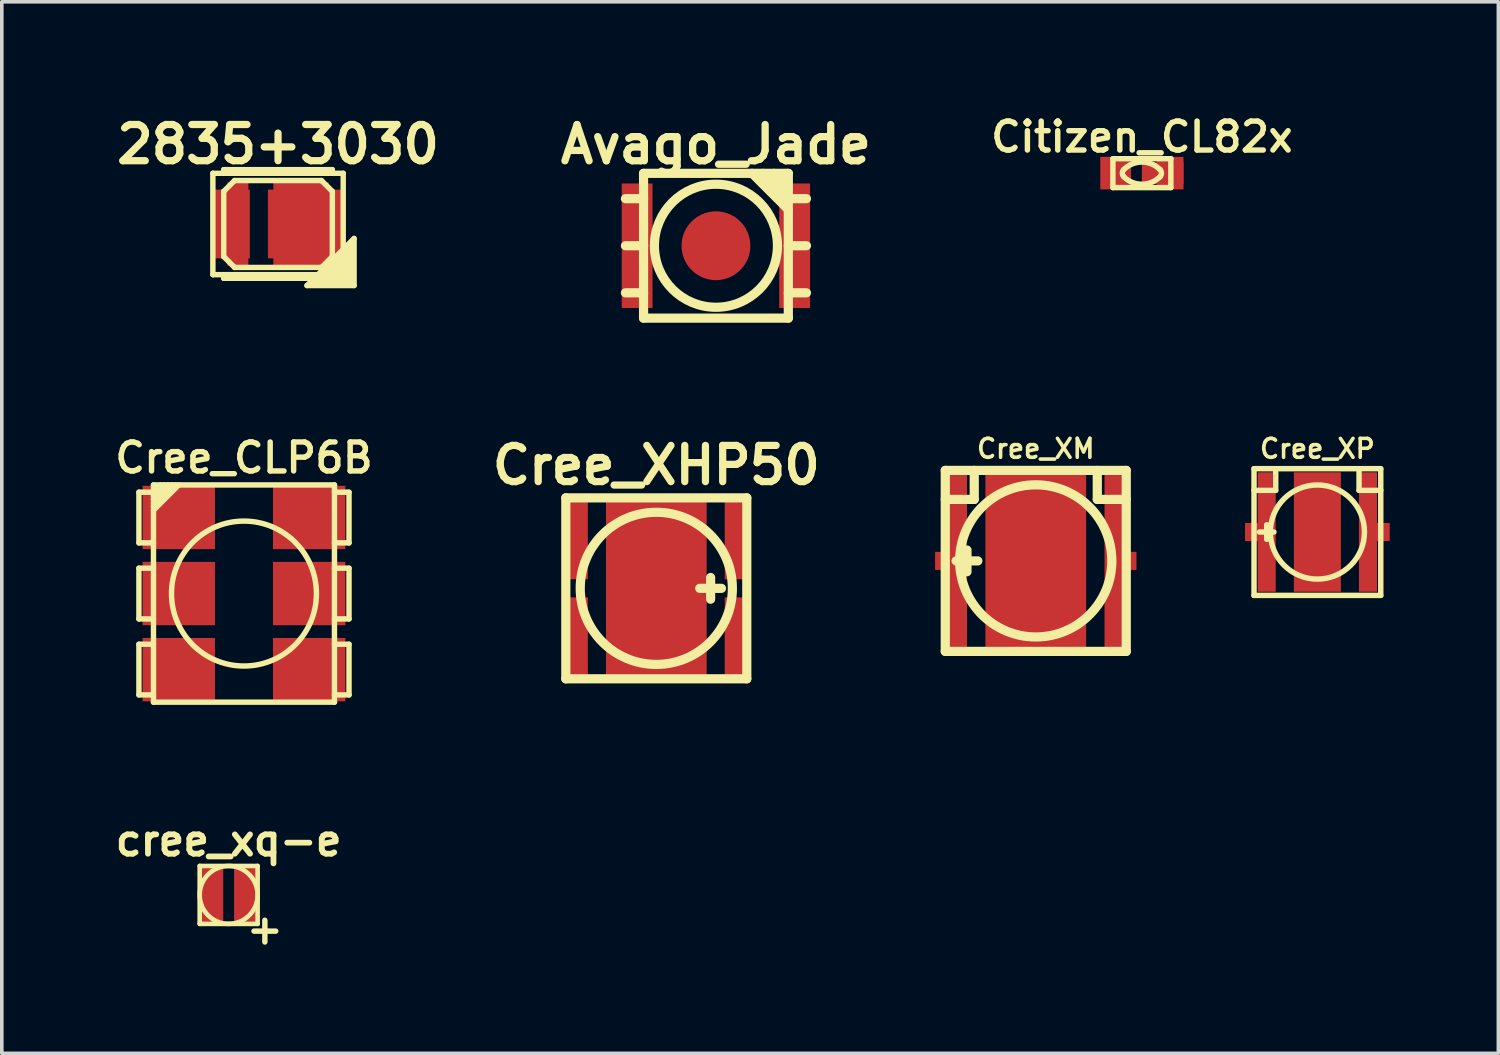
<source format=kicad_pcb>
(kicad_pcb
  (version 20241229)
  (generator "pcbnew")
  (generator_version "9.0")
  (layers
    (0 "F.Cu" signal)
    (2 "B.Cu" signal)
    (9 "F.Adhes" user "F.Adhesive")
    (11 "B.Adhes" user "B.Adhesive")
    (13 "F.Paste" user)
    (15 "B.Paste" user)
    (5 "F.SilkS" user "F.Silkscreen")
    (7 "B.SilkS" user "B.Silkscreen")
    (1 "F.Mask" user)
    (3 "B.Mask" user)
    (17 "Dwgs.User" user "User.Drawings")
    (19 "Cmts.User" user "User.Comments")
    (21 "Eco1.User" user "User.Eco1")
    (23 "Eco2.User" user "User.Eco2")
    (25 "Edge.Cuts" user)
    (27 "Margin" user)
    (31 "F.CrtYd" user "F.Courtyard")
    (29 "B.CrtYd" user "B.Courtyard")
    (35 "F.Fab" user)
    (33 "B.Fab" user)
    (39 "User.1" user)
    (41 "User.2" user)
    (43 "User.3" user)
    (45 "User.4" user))
  (footprint "cree_xq-e"
    (layer "F.Cu")
    (at 3.265 21.666)
    (property "Reference" "cree_xq-e" (at 0 -1.5 0) (layer "F.SilkS") (effects (font (size 0.8 0.8) (thickness 0.16))))
    (attr through_hole)
    (fp_line (start -0.8 -0.8) (end -0.8 0.8) (stroke (width 0.127) (type solid)) (layer "F.SilkS"))
    (fp_line (start -0.8 0.8) (end 0.8 0.8) (stroke (width 0.127) (type solid)) (layer "F.SilkS"))
    (fp_line (start 0.7 1) (end 1.3 1) (stroke (width 0.15) (type solid)) (layer "F.SilkS"))
    (fp_line (start 0.8 -0.8) (end -0.8 -0.8) (stroke (width 0.127) (type solid)) (layer "F.SilkS"))
    (fp_line (start 0.8 0.8) (end 0.8 -0.8) (stroke (width 0.127) (type solid)) (layer "F.SilkS"))
    (fp_line (start 1 0.7) (end 1 1.3) (stroke (width 0.15) (type solid)) (layer "F.SilkS"))
    (fp_circle (center 0 0) (end 0.8 0) (stroke (width 0.127) (type solid)) (fill no) (layer "F.SilkS"))
    (pad "1" smd rect (at 0.475 0) (size 0.65 1.6) (layers "F.Cu" "F.Mask"))
    (pad "2" smd rect (at -0.475 0) (size 0.65 1.6) (layers "F.Cu" "F.Mask")))
  (footprint "Cree_CLP6B"
    (layer "F.Cu")
    (at 3.688 13.343)
    (property "Reference" "Cree_CLP6B" (at 0 -3.749 0) (layer "F.SilkS") (effects (font (size 0.8 0.8) (thickness 0.15))))
    (attr through_hole)
    (fp_line (start -2.901 -2.799) (end -2.901 -1.4) (stroke (width 0.15) (type solid)) (layer "F.SilkS"))
    (fp_line (start -2.901 -1.4) (end -2.499 -1.4) (stroke (width 0.15) (type solid)) (layer "F.SilkS"))
    (fp_line (start -2.901 -0.701) (end -2.901 0.701) (stroke (width 0.15) (type solid)) (layer "F.SilkS"))
    (fp_line (start -2.901 0.701) (end -2.499 0.701) (stroke (width 0.15) (type solid)) (layer "F.SilkS"))
    (fp_line (start -2.901 1.4) (end -2.901 2.799) (stroke (width 0.15) (type solid)) (layer "F.SilkS"))
    (fp_line (start -2.901 2.799) (end -2.499 2.799) (stroke (width 0.15) (type solid)) (layer "F.SilkS"))
    (fp_line (start -2.499 -3) (end -2.499 3) (stroke (width 0.15) (type solid)) (layer "F.SilkS"))
    (fp_line (start -2.499 -2.799) (end -2.901 -2.799) (stroke (width 0.15) (type solid)) (layer "F.SilkS"))
    (fp_line (start -2.499 -2.799) (end -2.301 -3) (stroke (width 0.15) (type solid)) (layer "F.SilkS"))
    (fp_line (start -2.499 -2.7) (end -2.2 -3) (stroke (width 0.15) (type solid)) (layer "F.SilkS"))
    (fp_line (start -2.499 -2.601) (end -2.101 -3) (stroke (width 0.15) (type solid)) (layer "F.SilkS"))
    (fp_line (start -2.499 -2.499) (end -1.999 -3) (stroke (width 0.15) (type solid)) (layer "F.SilkS"))
    (fp_line (start -2.499 -2.4) (end -1.9 -3) (stroke (width 0.15) (type solid)) (layer "F.SilkS"))
    (fp_line (start -2.499 -2.301) (end -1.801 -3) (stroke (width 0.15) (type solid)) (layer "F.SilkS"))
    (fp_line (start -2.499 -0.701) (end -2.901 -0.701) (stroke (width 0.15) (type solid)) (layer "F.SilkS"))
    (fp_line (start -2.499 1.4) (end -2.901 1.4) (stroke (width 0.15) (type solid)) (layer "F.SilkS"))
    (fp_line (start -2.499 3) (end 2.499 3) (stroke (width 0.15) (type solid)) (layer "F.SilkS"))
    (fp_line (start 2.499 -3) (end -2.499 -3) (stroke (width 0.15) (type solid)) (layer "F.SilkS"))
    (fp_line (start 2.499 -1.4) (end 2.901 -1.4) (stroke (width 0.15) (type solid)) (layer "F.SilkS"))
    (fp_line (start 2.499 0.701) (end 2.901 0.701) (stroke (width 0.15) (type solid)) (layer "F.SilkS"))
    (fp_line (start 2.499 2.799) (end 2.901 2.799) (stroke (width 0.15) (type solid)) (layer "F.SilkS"))
    (fp_line (start 2.499 3) (end 2.499 -3) (stroke (width 0.15) (type solid)) (layer "F.SilkS"))
    (fp_line (start 2.901 -2.799) (end 2.499 -2.799) (stroke (width 0.15) (type solid)) (layer "F.SilkS"))
    (fp_line (start 2.901 -1.4) (end 2.901 -2.799) (stroke (width 0.15) (type solid)) (layer "F.SilkS"))
    (fp_line (start 2.901 -0.701) (end 2.499 -0.701) (stroke (width 0.15) (type solid)) (layer "F.SilkS"))
    (fp_line (start 2.901 0.701) (end 2.901 -0.701) (stroke (width 0.15) (type solid)) (layer "F.SilkS"))
    (fp_line (start 2.901 1.4) (end 2.499 1.4) (stroke (width 0.15) (type solid)) (layer "F.SilkS"))
    (fp_line (start 2.901 2.799) (end 2.901 1.4) (stroke (width 0.15) (type solid)) (layer "F.SilkS"))
    (fp_circle (center 0 0) (end -1.999 0.099) (stroke (width 0.15) (type solid)) (fill no) (layer "F.SilkS"))
    (pad "1" smd rect (at -1.801 -2.101) (size 1.999 1.75) (layers "F.Cu" "F.Mask" "F.Paste"))
    (pad "2" smd rect (at -1.801 0) (size 1.999 1.75) (layers "F.Cu" "F.Mask" "F.Paste"))
    (pad "3" smd rect (at -1.801 2.101) (size 1.999 1.75) (layers "F.Cu" "F.Mask" "F.Paste"))
    (pad "4" smd rect (at 1.801 2.101) (size 1.999 1.75) (layers "F.Cu" "F.Mask" "F.Paste"))
    (pad "5" smd rect (at 1.801 0) (size 1.999 1.75) (layers "F.Cu" "F.Mask" "F.Paste"))
    (pad "6" smd rect (at 1.801 -2.101) (size 1.999 1.75) (layers "F.Cu" "F.Mask" "F.Paste")))
  (footprint "Cree_XP"
    (layer "F.Cu")
    (at 33.334 11.644)
    (property "Reference" "Cree_XP" (at 0 -2.301 0) (layer "F.SilkS") (effects (font (size 0.523 0.523) (thickness 0.099))))
    (attr through_hole)
    (fp_line (start -1.75 -1.75) (end -1.75 1.75) (stroke (width 0.15) (type solid)) (layer "F.SilkS"))
    (fp_line (start -1.75 -1.151) (end -1.151 -1.151) (stroke (width 0.15) (type solid)) (layer "F.SilkS"))
    (fp_line (start -1.75 1.75) (end 1.75 1.75) (stroke (width 0.15) (type solid)) (layer "F.SilkS"))
    (fp_line (start -1.4 0.201) (end -1.4 -0.201) (stroke (width 0.15) (type solid)) (layer "F.SilkS"))
    (fp_line (start -1.199 0) (end -1.6 0) (stroke (width 0.15) (type solid)) (layer "F.SilkS"))
    (fp_line (start -1.151 -1.75) (end -1.151 -1.151) (stroke (width 0.15) (type solid)) (layer "F.SilkS"))
    (fp_line (start 1.151 -1.75) (end 1.151 -1.151) (stroke (width 0.15) (type solid)) (layer "F.SilkS"))
    (fp_line (start 1.75 -1.75) (end -1.75 -1.75) (stroke (width 0.15) (type solid)) (layer "F.SilkS"))
    (fp_line (start 1.75 -1.151) (end 1.151 -1.151) (stroke (width 0.15) (type solid)) (layer "F.SilkS"))
    (fp_line (start 1.75 1.75) (end 1.75 -1.75) (stroke (width 0.15) (type solid)) (layer "F.SilkS"))
    (fp_circle (center 0 0) (end 0 -1.3) (stroke (width 0.15) (type solid)) (fill no) (layer "F.SilkS"))
    (pad "1" smd rect (at -1.798 0) (size 0.399 0.5) (layers "F.Cu" "F.Mask"))
    (pad "1" smd rect (at -1.4 0) (size 0.498 3.299) (layers "F.Cu" "F.Mask" "F.Paste"))
    (pad "2" smd rect (at 1.397 0) (size 0.498 3.299) (layers "F.Cu" "F.Mask" "F.Paste"))
    (pad "2" smd rect (at 1.798 0) (size 0.399 0.5) (layers "F.Cu" "F.Mask"))
    (pad "3" smd rect (at 0 0) (size 1.298 3.299) (layers "F.Cu" "F.Mask" "F.Paste")))
  (footprint "Avago_Jade"
    (layer "F.Cu")
    (at 16.723 3.737)
    (property "Reference" "Avago_Jade" (at 0 -2.799 0) (layer "F.SilkS") (effects (font (size 1.001 1.001) (thickness 0.201))))
    (attr through_hole)
    (fp_line (start -1.999 -1.999) (end 1.999 -1.999) (stroke (width 0.254) (type solid)) (layer "F.SilkS"))
    (fp_line (start -1.999 -1.3) (end -2.499 -1.3) (stroke (width 0.254) (type solid)) (layer "F.SilkS"))
    (fp_line (start -1.999 0) (end -2.499 0) (stroke (width 0.254) (type solid)) (layer "F.SilkS"))
    (fp_line (start -1.999 1.3) (end -2.499 1.3) (stroke (width 0.254) (type solid)) (layer "F.SilkS"))
    (fp_line (start -1.999 1.999) (end -1.999 -1.999) (stroke (width 0.254) (type solid)) (layer "F.SilkS"))
    (fp_line (start 1.3 -1.999) (end 1.999 -1.3) (stroke (width 0.254) (type solid)) (layer "F.SilkS"))
    (fp_line (start 1.6 -1.999) (end 1.999 -1.6) (stroke (width 0.254) (type solid)) (layer "F.SilkS"))
    (fp_line (start 1.999 -1.999) (end 1.999 1.999) (stroke (width 0.254) (type solid)) (layer "F.SilkS"))
    (fp_line (start 1.999 -1.001) (end 1.001 -1.999) (stroke (width 0.254) (type solid)) (layer "F.SilkS"))
    (fp_line (start 1.999 1.999) (end -1.999 1.999) (stroke (width 0.254) (type solid)) (layer "F.SilkS"))
    (fp_line (start 2.499 -1.3) (end 1.999 -1.3) (stroke (width 0.254) (type solid)) (layer "F.SilkS"))
    (fp_line (start 2.499 0) (end 1.999 0) (stroke (width 0.254) (type solid)) (layer "F.SilkS"))
    (fp_line (start 2.499 1.3) (end 1.999 1.3) (stroke (width 0.254) (type solid)) (layer "F.SilkS"))
    (fp_circle (center 0 0) (end -1.699 0) (stroke (width 0.254) (type solid)) (fill no) (layer "F.SilkS"))
    (pad "1" smd rect (at -2.177 0) (size 0.851 3.439) (layers "F.Cu" "F.Mask" "F.Paste"))
    (pad "2" smd rect (at 2.174 0) (size 0.851 3.439) (layers "F.Cu" "F.Mask" "F.Paste"))
    (pad "3" smd circle (at 0 0) (size 1.9 1.9) (layers "F.Cu" "F.Mask" "F.Paste")))
  (footprint "Cree_XHP50"
    (layer "F.Cu")
    (at 15.076 13.199)
    (property "Reference" "Cree_XHP50" (at 0 -3.4 0) (layer "F.SilkS") (effects (font (size 1 1) (thickness 0.2))))
    (attr through_hole)
    (fp_line (start -2.499 -2.499) (end -2.499 2.499) (stroke (width 0.254) (type solid)) (layer "F.SilkS"))
    (fp_line (start -2.499 2.499) (end 2.499 2.499) (stroke (width 0.254) (type solid)) (layer "F.SilkS"))
    (fp_line (start 1.2 0) (end 1.8 0) (stroke (width 0.254) (type solid)) (layer "F.SilkS"))
    (fp_line (start 1.5 -0.3) (end 1.5 0.3) (stroke (width 0.254) (type solid)) (layer "F.SilkS"))
    (fp_line (start 2.499 -2.499) (end -2.499 -2.499) (stroke (width 0.254) (type solid)) (layer "F.SilkS"))
    (fp_line (start 2.499 2.499) (end 2.499 -2.499) (stroke (width 0.254) (type solid)) (layer "F.SilkS"))
    (fp_circle (center 0 0) (end -2.101 0) (stroke (width 0.254) (type solid)) (fill no) (layer "F.SilkS"))
    (pad "" smd rect (at -0.61 -1.575) (size 0.97 0.8) (layers "F.Paste"))
    (pad "" smd rect (at -0.61 -0.525) (size 0.97 0.8) (layers "F.Paste"))
    (pad "" smd rect (at -0.61 0.525) (size 0.97 0.8) (layers "F.Paste"))
    (pad "" smd rect (at -0.61 1.575) (size 0.97 0.8) (layers "F.Paste"))
    (pad "" smd rect (at 0.61 -1.575) (size 0.97 0.8) (layers "F.Paste"))
    (pad "" smd rect (at 0.61 -0.525) (size 0.97 0.8) (layers "F.Paste"))
    (pad "" smd rect (at 0.61 0.525) (size 0.97 0.8) (layers "F.Paste"))
    (pad "" smd rect (at 0.61 1.575) (size 0.97 0.8) (layers "F.Paste"))
    (pad "1" smd rect (at 2.14 -1.32) (size 0.5 2.14) (layers "F.Cu" "F.Mask" "F.Paste"))
    (pad "2" smd rect (at -2.14 -1.32) (size 0.5 2.14) (layers "F.Cu" "F.Mask" "F.Paste"))
    (pad "3" smd rect (at 2.14 1.32) (size 0.5 2.14) (layers "F.Cu" "F.Mask" "F.Paste"))
    (pad "4" smd rect (at -2.14 1.32) (size 0.5 2.14) (layers "F.Cu" "F.Mask" "F.Paste"))
    (pad "5" smd rect (at 0 0) (size 2.78 4.78) (layers "F.Cu" "F.Mask")))
  (footprint "Cree_XM"
    (layer "F.Cu")
    (at 25.556 12.441)
    (property "Reference" "Cree_XM" (at 0 -3.099 0) (layer "F.SilkS") (effects (font (size 0.523 0.523) (thickness 0.099))))
    (attr through_hole)
    (fp_line (start -2.499 -2.499) (end -2.499 2.499) (stroke (width 0.254) (type solid)) (layer "F.SilkS"))
    (fp_line (start -2.499 -1.699) (end -1.699 -1.699) (stroke (width 0.254) (type solid)) (layer "F.SilkS"))
    (fp_line (start -2.499 2.499) (end 2.499 2.499) (stroke (width 0.254) (type solid)) (layer "F.SilkS"))
    (fp_line (start -2.2 0) (end -1.6 0) (stroke (width 0.254) (type solid)) (layer "F.SilkS"))
    (fp_line (start -1.9 -0.3) (end -1.9 0.3) (stroke (width 0.254) (type solid)) (layer "F.SilkS"))
    (fp_line (start -1.699 -1.699) (end -1.699 -2.499) (stroke (width 0.254) (type solid)) (layer "F.SilkS"))
    (fp_line (start 1.699 -1.699) (end 1.699 -2.499) (stroke (width 0.254) (type solid)) (layer "F.SilkS"))
    (fp_line (start 1.699 -1.699) (end 2.499 -1.699) (stroke (width 0.254) (type solid)) (layer "F.SilkS"))
    (fp_line (start 2.499 -2.499) (end -2.499 -2.499) (stroke (width 0.254) (type solid)) (layer "F.SilkS"))
    (fp_line (start 2.499 2.499) (end 2.499 -2.499) (stroke (width 0.254) (type solid)) (layer "F.SilkS"))
    (fp_circle (center 0 0) (end -2.101 0) (stroke (width 0.254) (type solid)) (fill no) (layer "F.SilkS"))
    (pad "1" smd rect (at -2.581 0) (size 0.399 0.5) (layers "F.Cu" "F.Mask"))
    (pad "1" smd rect (at -2.149 0) (size 0.5 4.801) (layers "F.Cu" "F.Mask" "F.Paste"))
    (pad "2" smd rect (at 2.149 0) (size 0.5 4.801) (layers "F.Cu" "F.Mask" "F.Paste"))
    (pad "2" smd rect (at 2.581 0) (size 0.399 0.5) (layers "F.Cu" "F.Mask"))
    (pad "3" smd rect (at 0 0) (size 2.781 4.801) (layers "F.Cu" "F.Mask" "F.Paste")))
  (footprint "Citizen_CL82x"
    (layer "F.Cu")
    (at 28.487 1.732)
    (property "Reference" "Citizen_CL82x" (at 0 -1.001 0) (layer "F.SilkS") (effects (font (size 0.8 0.8) (thickness 0.15))))
    (attr through_hole)
    (fp_line (start -0.8 -0.399) (end 0.8 -0.399) (stroke (width 0.15) (type solid)) (layer "F.SilkS"))
    (fp_line (start -0.8 0.399) (end -0.8 -0.399) (stroke (width 0.15) (type solid)) (layer "F.SilkS"))
    (fp_line (start 0.8 -0.399) (end 0.8 0.399) (stroke (width 0.15) (type solid)) (layer "F.SilkS"))
    (fp_line (start 0.8 0.399) (end -0.8 0.399) (stroke (width 0.15) (type solid)) (layer "F.SilkS"))
    (fp_arc (start -0.50038 -0.09906) (mid 0 -0.306324) (end 0.50038 -0.09906) (stroke (width 0.14986) (type solid)) (layer "F.SilkS"))
    (fp_arc (start -0.50038 0.09906) (mid -0.540668 -0.001796) (end -0.49784 -0.1016) (stroke (width 0.14986) (type solid)) (layer "F.SilkS"))
    (fp_arc (start 0.50038 -0.09906) (mid 0.540668 0.001796) (end 0.49784 0.1016) (stroke (width 0.14986) (type solid)) (layer "F.SilkS"))
    (fp_arc (start 0.50038 0.09906) (mid 0 0.306324) (end -0.50038 0.09906) (stroke (width 0.14986) (type solid)) (layer "F.SilkS"))
    (pad "1" smd rect (at -0.724 0) (size 0.851 0.899) (layers "F.Cu" "F.Mask" "F.Paste"))
    (pad "2" smd rect (at 0.574 0) (size 1.151 0.599) (layers "F.Cu" "F.Mask" "F.Paste"))
    (pad "2" smd rect (at 0.782 0) (size 0.734 0.899) (layers "F.Cu" "F.Mask" "F.Paste")))
  (footprint "2835+3030"
    (layer "F.Cu")
    (at 4.629 3.136)
    (property "Reference" "2835+3030" (at 0 -2.2 0) (layer "F.SilkS") (effects (font (size 1 1) (thickness 0.2))))
    (attr through_hole)
    (fp_line (start -1.8 -1.4) (end 1.8 -1.4) (stroke (width 0.15) (type solid)) (layer "F.SilkS"))
    (fp_line (start -1.8 1.4) (end -1.8 -1.4) (stroke (width 0.15) (type solid)) (layer "F.SilkS"))
    (fp_line (start -1.5 -1.5) (end 1.5 -1.5) (stroke (width 0.15) (type solid)) (layer "F.SilkS"))
    (fp_line (start -1.5 -1.4) (end -1.5 -1.5) (stroke (width 0.15) (type solid)) (layer "F.SilkS"))
    (fp_line (start -1.5 -0.9) (end -1.2 -1.2) (stroke (width 0.15) (type solid)) (layer "F.SilkS"))
    (fp_line (start -1.5 0.9) (end -1.5 -0.9) (stroke (width 0.15) (type solid)) (layer "F.SilkS"))
    (fp_line (start -1.5 1.4) (end -1.5 1.5) (stroke (width 0.15) (type solid)) (layer "F.SilkS"))
    (fp_line (start -1.5 1.5) (end 1.5 1.5) (stroke (width 0.15) (type solid)) (layer "F.SilkS"))
    (fp_line (start -1.2 -1.2) (end 1.2 -1.2) (stroke (width 0.15) (type solid)) (layer "F.SilkS"))
    (fp_line (start -1.2 1.2) (end -1.5 0.9) (stroke (width 0.15) (type solid)) (layer "F.SilkS"))
    (fp_line (start 0.8 1.7) (end 1.1 1.4) (stroke (width 0.15) (type solid)) (layer "F.SilkS"))
    (fp_line (start 0.9 1.6) (end 2 1.6) (stroke (width 0.15) (type solid)) (layer "F.SilkS"))
    (fp_line (start 1.1 1.4) (end 1.8 0.7) (stroke (width 0.15) (type solid)) (layer "F.SilkS"))
    (fp_line (start 1.2 -1.2) (end 1.5 -0.9) (stroke (width 0.15) (type solid)) (layer "F.SilkS"))
    (fp_line (start 1.2 1.2) (end -1.2 1.2) (stroke (width 0.15) (type solid)) (layer "F.SilkS"))
    (fp_line (start 1.2 1.4) (end 1.8 0.8) (stroke (width 0.15) (type solid)) (layer "F.SilkS"))
    (fp_line (start 1.3 1.4) (end 1.8 0.9) (stroke (width 0.15) (type solid)) (layer "F.SilkS"))
    (fp_line (start 1.4 1.4) (end 1.8 1) (stroke (width 0.15) (type solid)) (layer "F.SilkS"))
    (fp_line (start 1.5 -1.5) (end 1.5 -1.4) (stroke (width 0.15) (type solid)) (layer "F.SilkS"))
    (fp_line (start 1.5 -0.9) (end 1.5 0.9) (stroke (width 0.15) (type solid)) (layer "F.SilkS"))
    (fp_line (start 1.5 0.9) (end 1.2 1.2) (stroke (width 0.15) (type solid)) (layer "F.SilkS"))
    (fp_line (start 1.5 1.4) (end 1.8 1.1) (stroke (width 0.15) (type solid)) (layer "F.SilkS"))
    (fp_line (start 1.5 1.5) (end 1.5 1.4) (stroke (width 0.15) (type solid)) (layer "F.SilkS"))
    (fp_line (start 1.8 -1.4) (end 1.8 1.4) (stroke (width 0.15) (type solid)) (layer "F.SilkS"))
    (fp_line (start 1.8 0.7) (end 2.1 0.4) (stroke (width 0.15) (type solid)) (layer "F.SilkS"))
    (fp_line (start 1.8 1.2) (end 1.6 1.4) (stroke (width 0.15) (type solid)) (layer "F.SilkS"))
    (fp_line (start 1.8 1.4) (end -1.8 1.4) (stroke (width 0.15) (type solid)) (layer "F.SilkS"))
    (fp_line (start 1.9 0.7) (end 1.9 1.5) (stroke (width 0.15) (type solid)) (layer "F.SilkS"))
    (fp_line (start 1.9 1.5) (end 1.1 1.5) (stroke (width 0.15) (type solid)) (layer "F.SilkS"))
    (fp_line (start 2 1.6) (end 2 0.6) (stroke (width 0.15) (type solid)) (layer "F.SilkS"))
    (fp_line (start 2.1 0.4) (end 2.1 1.7) (stroke (width 0.15) (type solid)) (layer "F.SilkS"))
    (fp_line (start 2.1 1.7) (end 0.8 1.7) (stroke (width 0.15) (type solid)) (layer "F.SilkS"))
    (pad "1" smd rect (at -1.265 0) (size 0.97 1.9) (layers "F.Cu" "F.Mask" "F.Paste"))
    (pad "1" smd rect (at -1.11 0) (size 0.58 2.3) (layers "F.Cu" "F.Mask" "F.Paste"))
    (pad "2" smd rect (at 0.635 0) (size 1.53 2.3) (layers "F.Cu" "F.Mask" "F.Paste"))
    (pad "2" smd rect (at 0.735 0) (size 2.03 1.9) (layers "F.Cu" "F.Mask" "F.Paste")))
  (gr_rect
    (start -3 -3)
    (end 38.332 26.041)
    (stroke (width 0.1) (type default))
    (fill no)
    (layer "Edge.Cuts")))
</source>
